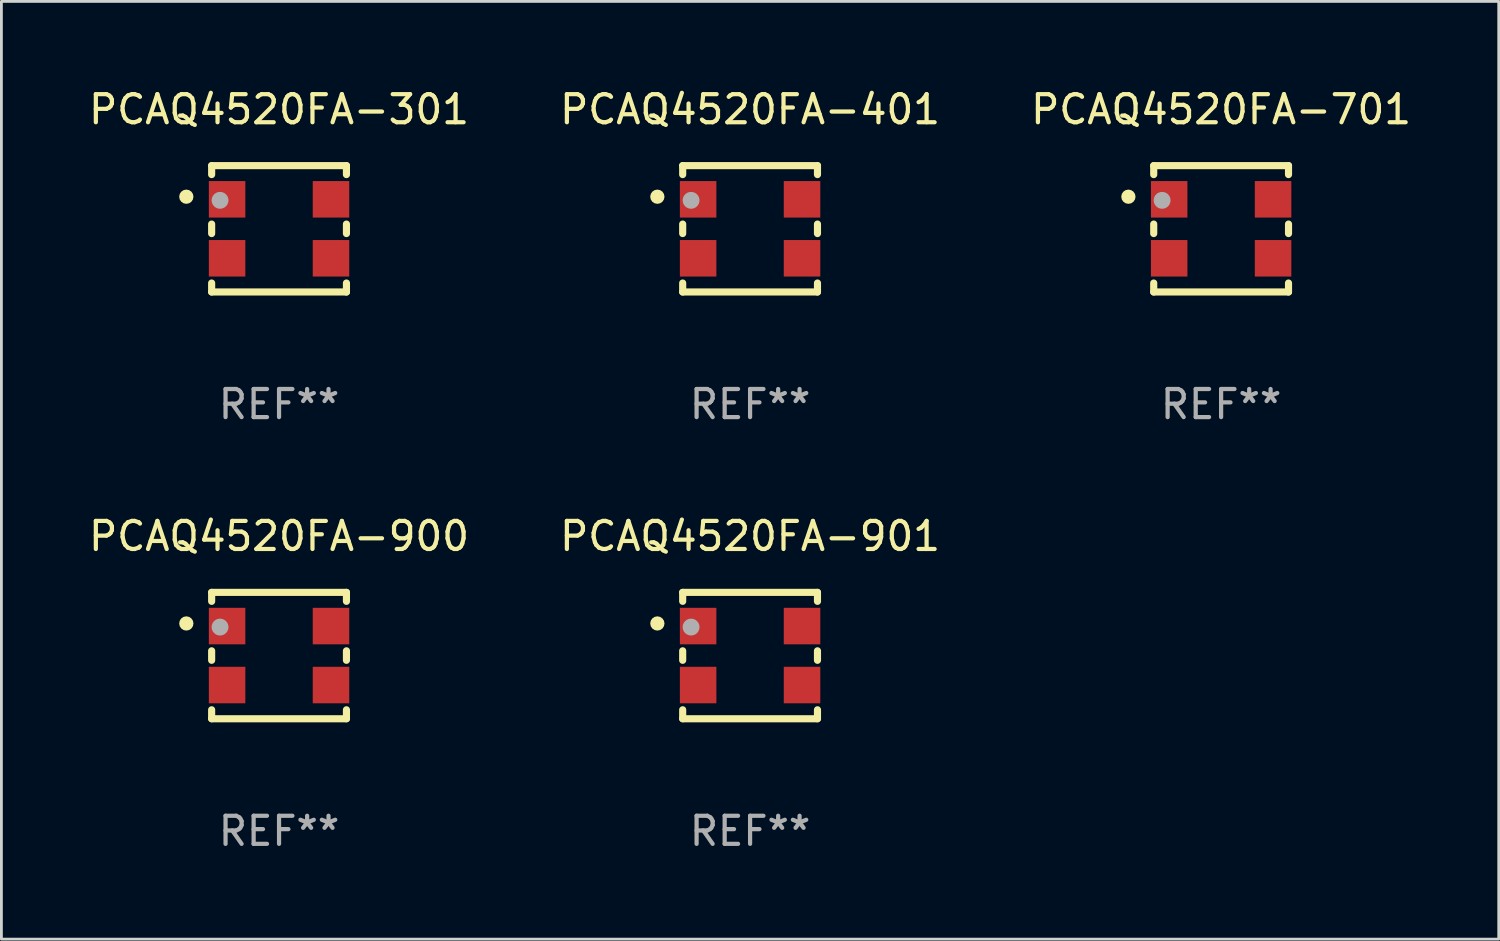
<source format=kicad_pcb>
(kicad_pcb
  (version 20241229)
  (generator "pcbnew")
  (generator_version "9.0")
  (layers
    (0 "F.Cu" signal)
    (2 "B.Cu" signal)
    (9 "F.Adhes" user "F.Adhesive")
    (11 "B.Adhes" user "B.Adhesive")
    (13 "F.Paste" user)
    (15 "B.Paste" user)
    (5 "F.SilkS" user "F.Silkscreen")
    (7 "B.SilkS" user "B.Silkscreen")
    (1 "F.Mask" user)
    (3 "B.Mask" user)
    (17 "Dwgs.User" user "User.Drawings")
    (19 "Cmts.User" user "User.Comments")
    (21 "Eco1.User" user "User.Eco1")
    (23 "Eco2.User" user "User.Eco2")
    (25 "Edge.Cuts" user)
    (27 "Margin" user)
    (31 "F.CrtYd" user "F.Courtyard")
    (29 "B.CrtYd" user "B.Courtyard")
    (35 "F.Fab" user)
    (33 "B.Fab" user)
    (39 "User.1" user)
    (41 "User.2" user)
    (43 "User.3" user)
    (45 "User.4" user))
  (footprint "PCAQ4520FA-301"
    (layer "F.Cu")
    (at 6.887 5.098)
    (property "Reference" "PCAQ4520FA-301" (at 0 -4.25 0) (layer "F.SilkS") (effects (font (size 1 1) (thickness 0.15))))
    (attr through_hole)
    (fp_line (start -2.4 -2.25) (end -2.4 -1.931) (stroke (width 0.254) (type solid)) (layer "F.SilkS"))
    (fp_line (start -2.4 -0.169) (end -2.4 0.169) (stroke (width 0.254) (type solid)) (layer "F.SilkS"))
    (fp_line (start -2.4 1.931) (end -2.4 2.25) (stroke (width 0.254) (type solid)) (layer "F.SilkS"))
    (fp_line (start 2.4 -2.25) (end -2.4 -2.25) (stroke (width 0.254) (type solid)) (layer "F.SilkS"))
    (fp_line (start 2.4 -2.25) (end 2.4 -1.931) (stroke (width 0.254) (type solid)) (layer "F.SilkS"))
    (fp_line (start 2.4 -0.169) (end 2.4 0.169) (stroke (width 0.254) (type solid)) (layer "F.SilkS"))
    (fp_line (start 2.4 1.931) (end 2.4 2.25) (stroke (width 0.254) (type solid)) (layer "F.SilkS"))
    (fp_line (start 2.4 2.25) (end -2.4 2.25) (stroke (width 0.254) (type solid)) (layer "F.SilkS"))
    (fp_circle (center -3.302 -1.143) (end -3.175 -1.143) (stroke (width 0.254) (type solid)) (fill no) (layer "F.SilkS"))
    (fp_circle (center -2.45 -2.25) (end -2.42 -2.25) (stroke (width 0.06) (type solid)) (fill no) (layer "F.SilkS"))
    (fp_circle (center -2.101 -1.014) (end -1.951 -1.014) (stroke (width 0.3) (type solid)) (fill no) (layer "F.Fab"))
    (fp_text user "REF**" (at 0 6.25 0) (layer "F.Fab") (effects (font (size 1 1) (thickness 0.15))))
    (pad "1" smd rect (at -1.85 -1.05) (size 1.3 1.3) (layers "F.Cu" "F.Mask" "F.Paste"))
    (pad "2" smd rect (at -1.85 1.05) (size 1.3 1.3) (layers "F.Cu" "F.Mask" "F.Paste"))
    (pad "3" smd rect (at 1.85 1.05) (size 1.3 1.3) (layers "F.Cu" "F.Mask" "F.Paste"))
    (pad "4" smd rect (at 1.85 -1.05) (size 1.3 1.3) (layers "F.Cu" "F.Mask" "F.Paste")))
  (footprint "PCAQ4520FA-901"
    (layer "F.Cu")
    (at 23.661 20.295)
    (property "Reference" "PCAQ4520FA-901" (at 0 -4.25 0) (layer "F.SilkS") (effects (font (size 1 1) (thickness 0.15))))
    (attr through_hole)
    (fp_line (start -2.4 -2.25) (end -2.4 -1.931) (stroke (width 0.254) (type solid)) (layer "F.SilkS"))
    (fp_line (start -2.4 -0.169) (end -2.4 0.169) (stroke (width 0.254) (type solid)) (layer "F.SilkS"))
    (fp_line (start -2.4 1.931) (end -2.4 2.25) (stroke (width 0.254) (type solid)) (layer "F.SilkS"))
    (fp_line (start 2.4 -2.25) (end -2.4 -2.25) (stroke (width 0.254) (type solid)) (layer "F.SilkS"))
    (fp_line (start 2.4 -2.25) (end 2.4 -1.931) (stroke (width 0.254) (type solid)) (layer "F.SilkS"))
    (fp_line (start 2.4 -0.169) (end 2.4 0.169) (stroke (width 0.254) (type solid)) (layer "F.SilkS"))
    (fp_line (start 2.4 1.931) (end 2.4 2.25) (stroke (width 0.254) (type solid)) (layer "F.SilkS"))
    (fp_line (start 2.4 2.25) (end -2.4 2.25) (stroke (width 0.254) (type solid)) (layer "F.SilkS"))
    (fp_circle (center -3.302 -1.143) (end -3.175 -1.143) (stroke (width 0.254) (type solid)) (fill no) (layer "F.SilkS"))
    (fp_circle (center -2.45 -2.25) (end -2.42 -2.25) (stroke (width 0.06) (type solid)) (fill no) (layer "F.SilkS"))
    (fp_circle (center -2.101 -1.014) (end -1.951 -1.014) (stroke (width 0.3) (type solid)) (fill no) (layer "F.Fab"))
    (fp_text user "REF**" (at 0 6.25 0) (layer "F.Fab") (effects (font (size 1 1) (thickness 0.15))))
    (pad "1" smd rect (at -1.85 -1.05) (size 1.3 1.3) (layers "F.Cu" "F.Mask" "F.Paste"))
    (pad "2" smd rect (at -1.85 1.05) (size 1.3 1.3) (layers "F.Cu" "F.Mask" "F.Paste"))
    (pad "3" smd rect (at 1.85 1.05) (size 1.3 1.3) (layers "F.Cu" "F.Mask" "F.Paste"))
    (pad "4" smd rect (at 1.85 -1.05) (size 1.3 1.3) (layers "F.Cu" "F.Mask" "F.Paste")))
  (footprint "PCAQ4520FA-701"
    (layer "F.Cu")
    (at 40.435 5.098)
    (property "Reference" "PCAQ4520FA-701" (at 0 -4.25 0) (layer "F.SilkS") (effects (font (size 1 1) (thickness 0.15))))
    (attr through_hole)
    (fp_line (start -2.4 -2.25) (end -2.4 -1.931) (stroke (width 0.254) (type solid)) (layer "F.SilkS"))
    (fp_line (start -2.4 -0.169) (end -2.4 0.169) (stroke (width 0.254) (type solid)) (layer "F.SilkS"))
    (fp_line (start -2.4 1.931) (end -2.4 2.25) (stroke (width 0.254) (type solid)) (layer "F.SilkS"))
    (fp_line (start 2.4 -2.25) (end -2.4 -2.25) (stroke (width 0.254) (type solid)) (layer "F.SilkS"))
    (fp_line (start 2.4 -2.25) (end 2.4 -1.931) (stroke (width 0.254) (type solid)) (layer "F.SilkS"))
    (fp_line (start 2.4 -0.169) (end 2.4 0.169) (stroke (width 0.254) (type solid)) (layer "F.SilkS"))
    (fp_line (start 2.4 1.931) (end 2.4 2.25) (stroke (width 0.254) (type solid)) (layer "F.SilkS"))
    (fp_line (start 2.4 2.25) (end -2.4 2.25) (stroke (width 0.254) (type solid)) (layer "F.SilkS"))
    (fp_circle (center -3.302 -1.143) (end -3.175 -1.143) (stroke (width 0.254) (type solid)) (fill no) (layer "F.SilkS"))
    (fp_circle (center -2.45 -2.25) (end -2.42 -2.25) (stroke (width 0.06) (type solid)) (fill no) (layer "F.SilkS"))
    (fp_circle (center -2.101 -1.014) (end -1.951 -1.014) (stroke (width 0.3) (type solid)) (fill no) (layer "F.Fab"))
    (fp_text user "REF**" (at 0 6.25 0) (layer "F.Fab") (effects (font (size 1 1) (thickness 0.15))))
    (pad "1" smd rect (at -1.85 -1.05) (size 1.3 1.3) (layers "F.Cu" "F.Mask" "F.Paste"))
    (pad "2" smd rect (at -1.85 1.05) (size 1.3 1.3) (layers "F.Cu" "F.Mask" "F.Paste"))
    (pad "3" smd rect (at 1.85 1.05) (size 1.3 1.3) (layers "F.Cu" "F.Mask" "F.Paste"))
    (pad "4" smd rect (at 1.85 -1.05) (size 1.3 1.3) (layers "F.Cu" "F.Mask" "F.Paste")))
  (footprint "PCAQ4520FA-900"
    (layer "F.Cu")
    (at 6.887 20.295)
    (property "Reference" "PCAQ4520FA-900" (at 0 -4.25 0) (layer "F.SilkS") (effects (font (size 1 1) (thickness 0.15))))
    (attr through_hole)
    (fp_line (start -2.4 -2.25) (end -2.4 -1.931) (stroke (width 0.254) (type solid)) (layer "F.SilkS"))
    (fp_line (start -2.4 -0.169) (end -2.4 0.169) (stroke (width 0.254) (type solid)) (layer "F.SilkS"))
    (fp_line (start -2.4 1.931) (end -2.4 2.25) (stroke (width 0.254) (type solid)) (layer "F.SilkS"))
    (fp_line (start 2.4 -2.25) (end -2.4 -2.25) (stroke (width 0.254) (type solid)) (layer "F.SilkS"))
    (fp_line (start 2.4 -2.25) (end 2.4 -1.931) (stroke (width 0.254) (type solid)) (layer "F.SilkS"))
    (fp_line (start 2.4 -0.169) (end 2.4 0.169) (stroke (width 0.254) (type solid)) (layer "F.SilkS"))
    (fp_line (start 2.4 1.931) (end 2.4 2.25) (stroke (width 0.254) (type solid)) (layer "F.SilkS"))
    (fp_line (start 2.4 2.25) (end -2.4 2.25) (stroke (width 0.254) (type solid)) (layer "F.SilkS"))
    (fp_circle (center -3.302 -1.143) (end -3.175 -1.143) (stroke (width 0.254) (type solid)) (fill no) (layer "F.SilkS"))
    (fp_circle (center -2.45 -2.25) (end -2.42 -2.25) (stroke (width 0.06) (type solid)) (fill no) (layer "F.SilkS"))
    (fp_circle (center -2.101 -1.014) (end -1.951 -1.014) (stroke (width 0.3) (type solid)) (fill no) (layer "F.Fab"))
    (fp_text user "REF**" (at 0 6.25 0) (layer "F.Fab") (effects (font (size 1 1) (thickness 0.15))))
    (pad "1" smd rect (at -1.85 -1.05) (size 1.3 1.3) (layers "F.Cu" "F.Mask" "F.Paste"))
    (pad "2" smd rect (at -1.85 1.05) (size 1.3 1.3) (layers "F.Cu" "F.Mask" "F.Paste"))
    (pad "3" smd rect (at 1.85 1.05) (size 1.3 1.3) (layers "F.Cu" "F.Mask" "F.Paste"))
    (pad "4" smd rect (at 1.85 -1.05) (size 1.3 1.3) (layers "F.Cu" "F.Mask" "F.Paste")))
  (footprint "PCAQ4520FA-401"
    (layer "F.Cu")
    (at 23.661 5.098)
    (property "Reference" "PCAQ4520FA-401" (at 0 -4.25 0) (layer "F.SilkS") (effects (font (size 1 1) (thickness 0.15))))
    (attr through_hole)
    (fp_line (start -2.4 -2.25) (end -2.4 -1.931) (stroke (width 0.254) (type solid)) (layer "F.SilkS"))
    (fp_line (start -2.4 -0.169) (end -2.4 0.169) (stroke (width 0.254) (type solid)) (layer "F.SilkS"))
    (fp_line (start -2.4 1.931) (end -2.4 2.25) (stroke (width 0.254) (type solid)) (layer "F.SilkS"))
    (fp_line (start 2.4 -2.25) (end -2.4 -2.25) (stroke (width 0.254) (type solid)) (layer "F.SilkS"))
    (fp_line (start 2.4 -2.25) (end 2.4 -1.931) (stroke (width 0.254) (type solid)) (layer "F.SilkS"))
    (fp_line (start 2.4 -0.169) (end 2.4 0.169) (stroke (width 0.254) (type solid)) (layer "F.SilkS"))
    (fp_line (start 2.4 1.931) (end 2.4 2.25) (stroke (width 0.254) (type solid)) (layer "F.SilkS"))
    (fp_line (start 2.4 2.25) (end -2.4 2.25) (stroke (width 0.254) (type solid)) (layer "F.SilkS"))
    (fp_circle (center -3.302 -1.143) (end -3.175 -1.143) (stroke (width 0.254) (type solid)) (fill no) (layer "F.SilkS"))
    (fp_circle (center -2.45 -2.25) (end -2.42 -2.25) (stroke (width 0.06) (type solid)) (fill no) (layer "F.SilkS"))
    (fp_circle (center -2.101 -1.014) (end -1.951 -1.014) (stroke (width 0.3) (type solid)) (fill no) (layer "F.Fab"))
    (fp_text user "REF**" (at 0 6.25 0) (layer "F.Fab") (effects (font (size 1 1) (thickness 0.15))))
    (pad "1" smd rect (at -1.85 -1.05) (size 1.3 1.3) (layers "F.Cu" "F.Mask" "F.Paste"))
    (pad "2" smd rect (at -1.85 1.05) (size 1.3 1.3) (layers "F.Cu" "F.Mask" "F.Paste"))
    (pad "3" smd rect (at 1.85 1.05) (size 1.3 1.3) (layers "F.Cu" "F.Mask" "F.Paste"))
    (pad "4" smd rect (at 1.85 -1.05) (size 1.3 1.3) (layers "F.Cu" "F.Mask" "F.Paste")))
  (gr_rect
    (start -3 -3)
    (end 50.321 30.393)
    (stroke (width 0.1) (type default))
    (fill no)
    (layer "Edge.Cuts")))
</source>
